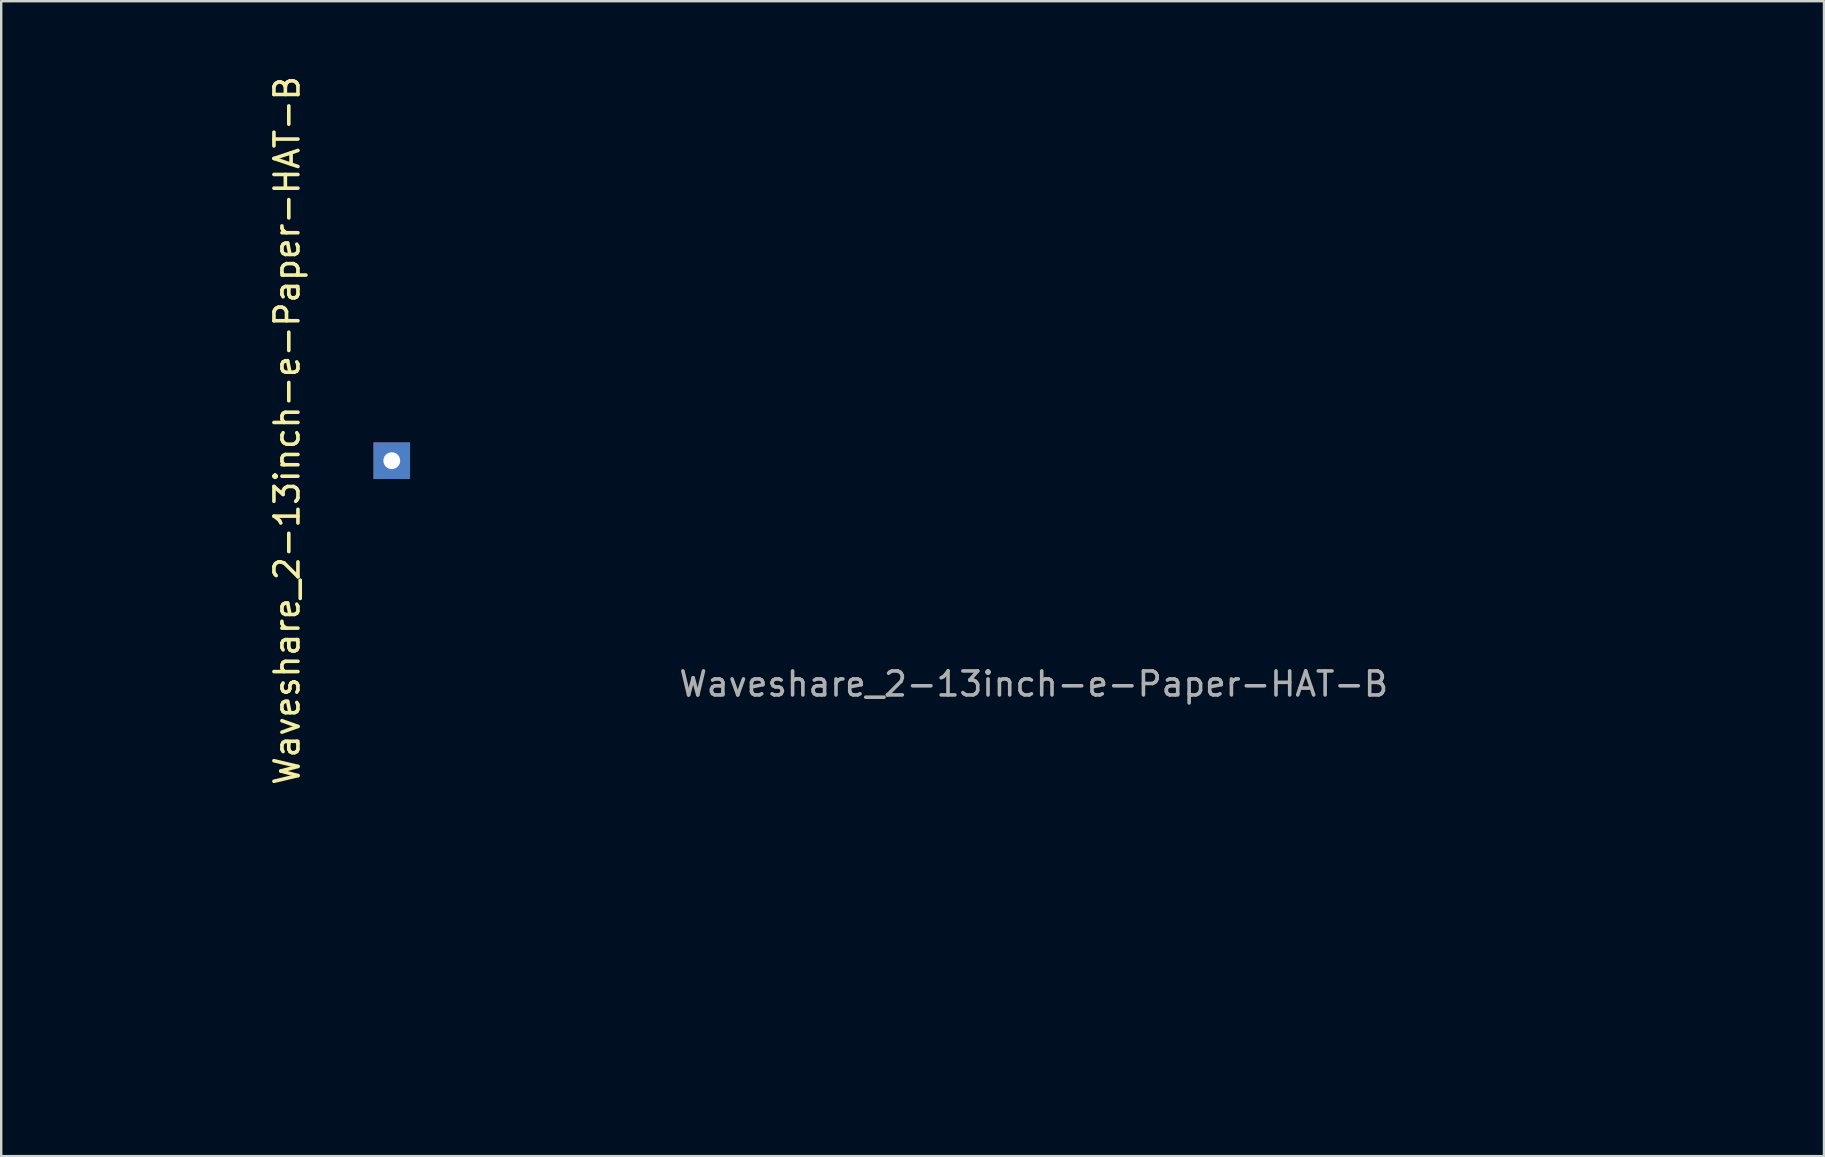
<source format=kicad_pcb>
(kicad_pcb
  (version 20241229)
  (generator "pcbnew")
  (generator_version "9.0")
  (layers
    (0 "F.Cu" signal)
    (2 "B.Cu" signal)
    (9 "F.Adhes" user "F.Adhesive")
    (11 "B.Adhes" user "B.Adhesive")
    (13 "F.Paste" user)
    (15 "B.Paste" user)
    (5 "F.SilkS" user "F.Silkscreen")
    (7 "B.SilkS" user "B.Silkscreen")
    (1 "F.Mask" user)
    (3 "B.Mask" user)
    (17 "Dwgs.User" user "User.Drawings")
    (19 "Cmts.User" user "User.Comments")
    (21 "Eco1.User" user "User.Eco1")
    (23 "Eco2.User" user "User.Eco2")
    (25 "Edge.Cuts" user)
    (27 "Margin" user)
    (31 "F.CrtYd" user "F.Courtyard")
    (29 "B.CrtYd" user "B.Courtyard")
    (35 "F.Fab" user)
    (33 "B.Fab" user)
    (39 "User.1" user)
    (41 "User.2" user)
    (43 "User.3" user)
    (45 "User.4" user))
  (footprint "Waveshare_2-13inch-e-Paper-HAT-B"
    (layer "F.Cu")
    (at 40.025 26.722)
    (property "Reference" "Waveshare_2-13inch-e-Paper-HAT-B" (at -31.115 -11.835 90) (layer "F.SilkS") (effects (font (size 1 1) (thickness 0.15))))
    (attr exclude_from_pos_files exclude_from_bom)
    (fp_line (start -40 -10.57) (end -40 0) (stroke (width 0.05) (type solid)) (layer "Eco2.User"))
    (fp_line (start -40 0) (end -36 0) (stroke (width 0.05) (type solid)) (layer "Eco2.User"))
    (fp_line (start -37.12 -6.155) (end -36.248 -6.155) (stroke (width 0.1) (type solid)) (layer "Eco2.User"))
    (fp_line (start -37.12 6.345) (end -37.12 -6.155) (stroke (width 0.1) (type solid)) (layer "Eco2.User"))
    (fp_line (start -36.608 6.345) (end -37.12 6.345) (stroke (width 0.1) (type solid)) (layer "Eco2.User"))
    (fp_line (start -36.248 -6.155) (end -32.22 -6.155) (stroke (width 0.1) (type solid)) (layer "Eco2.User"))
    (fp_line (start -36.248 9.027) (end -36.608 6.345) (stroke (width 0.1) (type solid)) (layer "Eco2.User"))
    (fp_line (start -36.204 9.355) (end -36.248 9.027) (stroke (width 0.1) (type solid)) (layer "Eco2.User"))
    (fp_line (start -36.204 9.355) (end -32.22 9.355) (stroke (width 0.1) (type solid)) (layer "Eco2.User"))
    (fp_line (start -36 -10.57) (end -40 -10.57) (stroke (width 0.05) (type solid)) (layer "Eco2.User"))
    (fp_line (start -35.12 -13.845) (end -35.12 -6.155) (stroke (width 0.1) (type solid)) (layer "Eco2.User"))
    (fp_line (start -35.12 9.355) (end -35.12 13.855) (stroke (width 0.1) (type solid)) (layer "Eco2.User"))
    (fp_line (start -33.62 15.355) (end 28.38 15.355) (stroke (width 0.1) (type solid)) (layer "Eco2.User"))
    (fp_line (start -32.22 -14.595) (end -32.22 -6.155) (stroke (width 0.1) (type solid)) (layer "Eco2.User"))
    (fp_line (start -32.22 9.355) (end -32.22 -6.155) (stroke (width 0.1) (type solid)) (layer "Eco2.User"))
    (fp_line (start -32.22 9.355) (end -32.22 14.605) (stroke (width 0.1) (type solid)) (layer "Eco2.User"))
    (fp_line (start -32.22 14.605) (end 26.98 14.605) (stroke (width 0.1) (type solid)) (layer "Eco2.User"))
    (fp_line (start -29.72 -13.395) (end 25.78 -13.395) (stroke (width 0.1) (type solid)) (layer "Eco2.User"))
    (fp_line (start -29.72 13.405) (end -29.72 -13.395) (stroke (width 0.1) (type solid)) (layer "Eco2.User"))
    (fp_line (start -29.72 13.405) (end 25.78 13.405) (stroke (width 0.1) (type solid)) (layer "Eco2.User"))
    (fp_line (start -28.82 12.505) (end -28.82 -12.495) (stroke (width 0.1) (type solid)) (layer "Eco2.User"))
    (fp_line (start -28.82 12.505) (end 24.88 12.505) (stroke (width 0.1) (type solid)) (layer "Eco2.User"))
    (fp_line (start -27.1 -13.465) (end -26.4 -13.465) (stroke (width 0.1) (type solid)) (layer "Eco2.User"))
    (fp_line (start -27.1 -12.765) (end -27.1 -13.465) (stroke (width 0.1) (type solid)) (layer "Eco2.User"))
    (fp_line (start -27.1 -10.925) (end -26.4 -10.925) (stroke (width 0.1) (type solid)) (layer "Eco2.User"))
    (fp_line (start -27.1 -10.225) (end -27.1 -10.925) (stroke (width 0.1) (type solid)) (layer "Eco2.User"))
    (fp_line (start -26.75 -18.5) (end 0 -18.5) (stroke (width 0.05) (type solid)) (layer "Eco2.User"))
    (fp_line (start -26.75 -16) (end -26.75 -18.5) (stroke (width 0.05) (type solid)) (layer "Eco2.User"))
    (fp_line (start -26.4 -13.465) (end -26.4 -12.765) (stroke (width 0.1) (type solid)) (layer "Eco2.User"))
    (fp_line (start -26.4 -12.765) (end -27.1 -12.765) (stroke (width 0.1) (type solid)) (layer "Eco2.User"))
    (fp_line (start -26.4 -10.925) (end -26.4 -10.225) (stroke (width 0.1) (type solid)) (layer "Eco2.User"))
    (fp_line (start -26.4 -10.225) (end -27.1 -10.225) (stroke (width 0.1) (type solid)) (layer "Eco2.User"))
    (fp_line (start -24.56 -13.465) (end -23.86 -13.465) (stroke (width 0.1) (type solid)) (layer "Eco2.User"))
    (fp_line (start -24.56 -12.765) (end -24.56 -13.465) (stroke (width 0.1) (type solid)) (layer "Eco2.User"))
    (fp_line (start -24.56 -10.925) (end -23.86 -10.925) (stroke (width 0.1) (type solid)) (layer "Eco2.User"))
    (fp_line (start -24.56 -10.225) (end -24.56 -10.925) (stroke (width 0.1) (type solid)) (layer "Eco2.User"))
    (fp_line (start -24.27 -11.849) (end -24.27 11.861) (stroke (width 0.1) (type solid)) (layer "Eco2.User"))
    (fp_line (start -24.27 11.861) (end 24.28 11.861) (stroke (width 0.1) (type solid)) (layer "Eco2.User"))
    (fp_line (start -23.86 -13.465) (end -23.86 -12.765) (stroke (width 0.1) (type solid)) (layer "Eco2.User"))
    (fp_line (start -23.86 -12.765) (end -24.56 -12.765) (stroke (width 0.1) (type solid)) (layer "Eco2.User"))
    (fp_line (start -23.86 -10.925) (end -23.86 -10.225) (stroke (width 0.1) (type solid)) (layer "Eco2.User"))
    (fp_line (start -23.86 -10.225) (end -24.56 -10.225) (stroke (width 0.1) (type solid)) (layer "Eco2.User"))
    (fp_line (start -22.02 -13.465) (end -21.32 -13.465) (stroke (width 0.1) (type solid)) (layer "Eco2.User"))
    (fp_line (start -22.02 -12.765) (end -22.02 -13.465) (stroke (width 0.1) (type solid)) (layer "Eco2.User"))
    (fp_line (start -22.02 -10.925) (end -21.32 -10.925) (stroke (width 0.1) (type solid)) (layer "Eco2.User"))
    (fp_line (start -22.02 -10.225) (end -22.02 -10.925) (stroke (width 0.1) (type solid)) (layer "Eco2.User"))
    (fp_line (start -21.32 -13.465) (end -21.32 -12.765) (stroke (width 0.1) (type solid)) (layer "Eco2.User"))
    (fp_line (start -21.32 -12.765) (end -22.02 -12.765) (stroke (width 0.1) (type solid)) (layer "Eco2.User"))
    (fp_line (start -21.32 -10.925) (end -21.32 -10.225) (stroke (width 0.1) (type solid)) (layer "Eco2.User"))
    (fp_line (start -21.32 -10.225) (end -22.02 -10.225) (stroke (width 0.1) (type solid)) (layer "Eco2.User"))
    (fp_line (start -19.48 -13.465) (end -18.78 -13.465) (stroke (width 0.1) (type solid)) (layer "Eco2.User"))
    (fp_line (start -19.48 -12.765) (end -19.48 -13.465) (stroke (width 0.1) (type solid)) (layer "Eco2.User"))
    (fp_line (start -19.48 -10.925) (end -18.78 -10.925) (stroke (width 0.1) (type solid)) (layer "Eco2.User"))
    (fp_line (start -19.48 -10.225) (end -19.48 -10.925) (stroke (width 0.1) (type solid)) (layer "Eco2.User"))
    (fp_line (start -18.78 -13.465) (end -18.78 -12.765) (stroke (width 0.1) (type solid)) (layer "Eco2.User"))
    (fp_line (start -18.78 -12.765) (end -19.48 -12.765) (stroke (width 0.1) (type solid)) (layer "Eco2.User"))
    (fp_line (start -18.78 -10.925) (end -18.78 -10.225) (stroke (width 0.1) (type solid)) (layer "Eco2.User"))
    (fp_line (start -18.78 -10.225) (end -19.48 -10.225) (stroke (width 0.1) (type solid)) (layer "Eco2.User"))
    (fp_line (start -16.94 -13.465) (end -16.24 -13.465) (stroke (width 0.1) (type solid)) (layer "Eco2.User"))
    (fp_line (start -16.94 -12.765) (end -16.94 -13.465) (stroke (width 0.1) (type solid)) (layer "Eco2.User"))
    (fp_line (start -16.94 -10.925) (end -16.24 -10.925) (stroke (width 0.1) (type solid)) (layer "Eco2.User"))
    (fp_line (start -16.94 -10.225) (end -16.94 -10.925) (stroke (width 0.1) (type solid)) (layer "Eco2.User"))
    (fp_line (start -16.24 -13.465) (end -16.24 -12.765) (stroke (width 0.1) (type solid)) (layer "Eco2.User"))
    (fp_line (start -16.24 -12.765) (end -16.94 -12.765) (stroke (width 0.1) (type solid)) (layer "Eco2.User"))
    (fp_line (start -16.24 -10.925) (end -16.24 -10.225) (stroke (width 0.1) (type solid)) (layer "Eco2.User"))
    (fp_line (start -16.24 -10.225) (end -16.94 -10.225) (stroke (width 0.1) (type solid)) (layer "Eco2.User"))
    (fp_line (start -14.4 -13.465) (end -13.7 -13.465) (stroke (width 0.1) (type solid)) (layer "Eco2.User"))
    (fp_line (start -14.4 -12.765) (end -14.4 -13.465) (stroke (width 0.1) (type solid)) (layer "Eco2.User"))
    (fp_line (start -14.4 -10.925) (end -13.7 -10.925) (stroke (width 0.1) (type solid)) (layer "Eco2.User"))
    (fp_line (start -14.4 -10.225) (end -14.4 -10.925) (stroke (width 0.1) (type solid)) (layer "Eco2.User"))
    (fp_line (start -13.7 -13.465) (end -13.7 -12.765) (stroke (width 0.1) (type solid)) (layer "Eco2.User"))
    (fp_line (start -13.7 -12.765) (end -14.4 -12.765) (stroke (width 0.1) (type solid)) (layer "Eco2.User"))
    (fp_line (start -13.7 -10.925) (end -13.7 -10.225) (stroke (width 0.1) (type solid)) (layer "Eco2.User"))
    (fp_line (start -13.7 -10.225) (end -14.4 -10.225) (stroke (width 0.1) (type solid)) (layer "Eco2.User"))
    (fp_line (start -11.86 -13.465) (end -11.16 -13.465) (stroke (width 0.1) (type solid)) (layer "Eco2.User"))
    (fp_line (start -11.86 -12.765) (end -11.86 -13.465) (stroke (width 0.1) (type solid)) (layer "Eco2.User"))
    (fp_line (start -11.86 -10.925) (end -11.16 -10.925) (stroke (width 0.1) (type solid)) (layer "Eco2.User"))
    (fp_line (start -11.86 -10.225) (end -11.86 -10.925) (stroke (width 0.1) (type solid)) (layer "Eco2.User"))
    (fp_line (start -11.16 -13.465) (end -11.16 -12.765) (stroke (width 0.1) (type solid)) (layer "Eco2.User"))
    (fp_line (start -11.16 -12.765) (end -11.86 -12.765) (stroke (width 0.1) (type solid)) (layer "Eco2.User"))
    (fp_line (start -11.16 -10.925) (end -11.16 -10.225) (stroke (width 0.1) (type solid)) (layer "Eco2.User"))
    (fp_line (start -11.16 -10.225) (end -11.86 -10.225) (stroke (width 0.1) (type solid)) (layer "Eco2.User"))
    (fp_line (start -9.32 -13.465) (end -8.62 -13.465) (stroke (width 0.1) (type solid)) (layer "Eco2.User"))
    (fp_line (start -9.32 -12.765) (end -9.32 -13.465) (stroke (width 0.1) (type solid)) (layer "Eco2.User"))
    (fp_line (start -9.32 -10.925) (end -8.62 -10.925) (stroke (width 0.1) (type solid)) (layer "Eco2.User"))
    (fp_line (start -9.32 -10.225) (end -9.32 -10.925) (stroke (width 0.1) (type solid)) (layer "Eco2.User"))
    (fp_line (start -8.62 -13.465) (end -8.62 -12.765) (stroke (width 0.1) (type solid)) (layer "Eco2.User"))
    (fp_line (start -8.62 -12.765) (end -9.32 -12.765) (stroke (width 0.1) (type solid)) (layer "Eco2.User"))
    (fp_line (start -8.62 -10.925) (end -8.62 -10.225) (stroke (width 0.1) (type solid)) (layer "Eco2.User"))
    (fp_line (start -8.62 -10.225) (end -9.32 -10.225) (stroke (width 0.1) (type solid)) (layer "Eco2.User"))
    (fp_line (start -6.78 -13.465) (end -6.08 -13.465) (stroke (width 0.1) (type solid)) (layer "Eco2.User"))
    (fp_line (start -6.78 -12.765) (end -6.78 -13.465) (stroke (width 0.1) (type solid)) (layer "Eco2.User"))
    (fp_line (start -6.78 -10.925) (end -6.08 -10.925) (stroke (width 0.1) (type solid)) (layer "Eco2.User"))
    (fp_line (start -6.78 -10.225) (end -6.78 -10.925) (stroke (width 0.1) (type solid)) (layer "Eco2.User"))
    (fp_line (start -6.08 -13.465) (end -6.08 -12.765) (stroke (width 0.1) (type solid)) (layer "Eco2.User"))
    (fp_line (start -6.08 -12.765) (end -6.78 -12.765) (stroke (width 0.1) (type solid)) (layer "Eco2.User"))
    (fp_line (start -6.08 -10.925) (end -6.08 -10.225) (stroke (width 0.1) (type solid)) (layer "Eco2.User"))
    (fp_line (start -6.08 -10.225) (end -6.78 -10.225) (stroke (width 0.1) (type solid)) (layer "Eco2.User"))
    (fp_line (start -4.24 -13.465) (end -3.54 -13.465) (stroke (width 0.1) (type solid)) (layer "Eco2.User"))
    (fp_line (start -4.24 -12.765) (end -4.24 -13.465) (stroke (width 0.1) (type solid)) (layer "Eco2.User"))
    (fp_line (start -4.24 -10.925) (end -3.54 -10.925) (stroke (width 0.1) (type solid)) (layer "Eco2.User"))
    (fp_line (start -4.24 -10.225) (end -4.24 -10.925) (stroke (width 0.1) (type solid)) (layer "Eco2.User"))
    (fp_line (start -3.54 -13.465) (end -3.54 -12.765) (stroke (width 0.1) (type solid)) (layer "Eco2.User"))
    (fp_line (start -3.54 -12.765) (end -4.24 -12.765) (stroke (width 0.1) (type solid)) (layer "Eco2.User"))
    (fp_line (start -3.54 -10.925) (end -3.54 -10.225) (stroke (width 0.1) (type solid)) (layer "Eco2.User"))
    (fp_line (start -3.54 -10.225) (end -4.24 -10.225) (stroke (width 0.1) (type solid)) (layer "Eco2.User"))
    (fp_line (start -1.7 -13.465) (end -1 -13.465) (stroke (width 0.1) (type solid)) (layer "Eco2.User"))
    (fp_line (start -1.7 -12.765) (end -1.7 -13.465) (stroke (width 0.1) (type solid)) (layer "Eco2.User"))
    (fp_line (start -1.7 -10.925) (end -1 -10.925) (stroke (width 0.1) (type solid)) (layer "Eco2.User"))
    (fp_line (start -1.7 -10.225) (end -1.7 -10.925) (stroke (width 0.1) (type solid)) (layer "Eco2.User"))
    (fp_line (start -1 -13.465) (end -1 -12.765) (stroke (width 0.1) (type solid)) (layer "Eco2.User"))
    (fp_line (start -1 -12.765) (end -1.7 -12.765) (stroke (width 0.1) (type solid)) (layer "Eco2.User"))
    (fp_line (start -1 -10.925) (end -1 -10.225) (stroke (width 0.1) (type solid)) (layer "Eco2.User"))
    (fp_line (start -1 -10.225) (end -1.7 -10.225) (stroke (width 0.1) (type solid)) (layer "Eco2.User"))
    (fp_line (start 0 -18.5) (end 0 -16) (stroke (width 0.05) (type solid)) (layer "Eco2.User"))
    (fp_line (start 0 -11.825) (end 0 -2.54) (stroke (width 0.05) (type solid)) (layer "Eco2.User"))
    (fp_line (start 0 11.825) (end 0 2.54) (stroke (width 0.05) (type solid)) (layer "Eco2.User"))
    (fp_line (start 0.84 -13.465) (end 1.54 -13.465) (stroke (width 0.1) (type solid)) (layer "Eco2.User"))
    (fp_line (start 0.84 -12.765) (end 0.84 -13.465) (stroke (width 0.1) (type solid)) (layer "Eco2.User"))
    (fp_line (start 0.84 -10.925) (end 1.54 -10.925) (stroke (width 0.1) (type solid)) (layer "Eco2.User"))
    (fp_line (start 0.84 -10.225) (end 0.84 -10.925) (stroke (width 0.1) (type solid)) (layer "Eco2.User"))
    (fp_line (start 1.54 -13.465) (end 1.54 -12.765) (stroke (width 0.1) (type solid)) (layer "Eco2.User"))
    (fp_line (start 1.54 -12.765) (end 0.84 -12.765) (stroke (width 0.1) (type solid)) (layer "Eco2.User"))
    (fp_line (start 1.54 -10.925) (end 1.54 -10.225) (stroke (width 0.1) (type solid)) (layer "Eco2.User"))
    (fp_line (start 1.54 -10.225) (end 0.84 -10.225) (stroke (width 0.1) (type solid)) (layer "Eco2.User"))
    (fp_line (start 3.38 -13.465) (end 4.08 -13.465) (stroke (width 0.1) (type solid)) (layer "Eco2.User"))
    (fp_line (start 3.38 -12.765) (end 3.38 -13.465) (stroke (width 0.1) (type solid)) (layer "Eco2.User"))
    (fp_line (start 3.38 -10.925) (end 4.08 -10.925) (stroke (width 0.1) (type solid)) (layer "Eco2.User"))
    (fp_line (start 3.38 -10.225) (end 3.38 -10.925) (stroke (width 0.1) (type solid)) (layer "Eco2.User"))
    (fp_line (start 4.08 -13.465) (end 4.08 -12.765) (stroke (width 0.1) (type solid)) (layer "Eco2.User"))
    (fp_line (start 4.08 -12.765) (end 3.38 -12.765) (stroke (width 0.1) (type solid)) (layer "Eco2.User"))
    (fp_line (start 4.08 -10.925) (end 4.08 -10.225) (stroke (width 0.1) (type solid)) (layer "Eco2.User"))
    (fp_line (start 4.08 -10.225) (end 3.38 -10.225) (stroke (width 0.1) (type solid)) (layer "Eco2.User"))
    (fp_line (start 5.92 -13.465) (end 6.62 -13.465) (stroke (width 0.1) (type solid)) (layer "Eco2.User"))
    (fp_line (start 5.92 -12.765) (end 5.92 -13.465) (stroke (width 0.1) (type solid)) (layer "Eco2.User"))
    (fp_line (start 5.92 -10.925) (end 6.62 -10.925) (stroke (width 0.1) (type solid)) (layer "Eco2.User"))
    (fp_line (start 5.92 -10.225) (end 5.92 -10.925) (stroke (width 0.1) (type solid)) (layer "Eco2.User"))
    (fp_line (start 6.62 -13.465) (end 6.62 -12.765) (stroke (width 0.1) (type solid)) (layer "Eco2.User"))
    (fp_line (start 6.62 -12.765) (end 5.92 -12.765) (stroke (width 0.1) (type solid)) (layer "Eco2.User"))
    (fp_line (start 6.62 -10.925) (end 6.62 -10.225) (stroke (width 0.1) (type solid)) (layer "Eco2.User"))
    (fp_line (start 6.62 -10.225) (end 5.92 -10.225) (stroke (width 0.1) (type solid)) (layer "Eco2.User"))
    (fp_line (start 8.46 -13.465) (end 9.16 -13.465) (stroke (width 0.1) (type solid)) (layer "Eco2.User"))
    (fp_line (start 8.46 -12.765) (end 8.46 -13.465) (stroke (width 0.1) (type solid)) (layer "Eco2.User"))
    (fp_line (start 8.46 -10.925) (end 9.16 -10.925) (stroke (width 0.1) (type solid)) (layer "Eco2.User"))
    (fp_line (start 8.46 -10.225) (end 8.46 -10.925) (stroke (width 0.1) (type solid)) (layer "Eco2.User"))
    (fp_line (start 9.16 -13.465) (end 9.16 -12.765) (stroke (width 0.1) (type solid)) (layer "Eco2.User"))
    (fp_line (start 9.16 -12.765) (end 8.46 -12.765) (stroke (width 0.1) (type solid)) (layer "Eco2.User"))
    (fp_line (start 9.16 -10.925) (end 9.16 -10.225) (stroke (width 0.1) (type solid)) (layer "Eco2.User"))
    (fp_line (start 9.16 -10.225) (end 8.46 -10.225) (stroke (width 0.1) (type solid)) (layer "Eco2.User"))
    (fp_line (start 11 -13.465) (end 11.7 -13.465) (stroke (width 0.1) (type solid)) (layer "Eco2.User"))
    (fp_line (start 11 -12.765) (end 11 -13.465) (stroke (width 0.1) (type solid)) (layer "Eco2.User"))
    (fp_line (start 11 -10.925) (end 11.7 -10.925) (stroke (width 0.1) (type solid)) (layer "Eco2.User"))
    (fp_line (start 11 -10.225) (end 11 -10.925) (stroke (width 0.1) (type solid)) (layer "Eco2.User"))
    (fp_line (start 11.7 -13.465) (end 11.7 -12.765) (stroke (width 0.1) (type solid)) (layer "Eco2.User"))
    (fp_line (start 11.7 -12.765) (end 11 -12.765) (stroke (width 0.1) (type solid)) (layer "Eco2.User"))
    (fp_line (start 11.7 -10.925) (end 11.7 -10.225) (stroke (width 0.1) (type solid)) (layer "Eco2.User"))
    (fp_line (start 11.7 -10.225) (end 11 -10.225) (stroke (width 0.1) (type solid)) (layer "Eco2.User"))
    (fp_line (start 13.54 -13.465) (end 14.24 -13.465) (stroke (width 0.1) (type solid)) (layer "Eco2.User"))
    (fp_line (start 13.54 -12.765) (end 13.54 -13.465) (stroke (width 0.1) (type solid)) (layer "Eco2.User"))
    (fp_line (start 13.54 -10.925) (end 14.24 -10.925) (stroke (width 0.1) (type solid)) (layer "Eco2.User"))
    (fp_line (start 13.54 -10.225) (end 13.54 -10.925) (stroke (width 0.1) (type solid)) (layer "Eco2.User"))
    (fp_line (start 14.24 -13.465) (end 14.24 -12.765) (stroke (width 0.1) (type solid)) (layer "Eco2.User"))
    (fp_line (start 14.24 -12.765) (end 13.54 -12.765) (stroke (width 0.1) (type solid)) (layer "Eco2.User"))
    (fp_line (start 14.24 -10.925) (end 14.24 -10.225) (stroke (width 0.1) (type solid)) (layer "Eco2.User"))
    (fp_line (start 14.24 -10.225) (end 13.54 -10.225) (stroke (width 0.1) (type solid)) (layer "Eco2.User"))
    (fp_line (start 16.08 -13.465) (end 16.78 -13.465) (stroke (width 0.1) (type solid)) (layer "Eco2.User"))
    (fp_line (start 16.08 -12.765) (end 16.08 -13.465) (stroke (width 0.1) (type solid)) (layer "Eco2.User"))
    (fp_line (start 16.08 -10.925) (end 16.78 -10.925) (stroke (width 0.1) (type solid)) (layer "Eco2.User"))
    (fp_line (start 16.08 -10.225) (end 16.08 -10.925) (stroke (width 0.1) (type solid)) (layer "Eco2.User"))
    (fp_line (start 16.78 -13.465) (end 16.78 -12.765) (stroke (width 0.1) (type solid)) (layer "Eco2.User"))
    (fp_line (start 16.78 -12.765) (end 16.08 -12.765) (stroke (width 0.1) (type solid)) (layer "Eco2.User"))
    (fp_line (start 16.78 -10.925) (end 16.78 -10.225) (stroke (width 0.1) (type solid)) (layer "Eco2.User"))
    (fp_line (start 16.78 -10.225) (end 16.08 -10.225) (stroke (width 0.1) (type solid)) (layer "Eco2.User"))
    (fp_line (start 18.62 -13.465) (end 19.32 -13.465) (stroke (width 0.1) (type solid)) (layer "Eco2.User"))
    (fp_line (start 18.62 -12.765) (end 18.62 -13.465) (stroke (width 0.1) (type solid)) (layer "Eco2.User"))
    (fp_line (start 18.62 -10.925) (end 19.32 -10.925) (stroke (width 0.1) (type solid)) (layer "Eco2.User"))
    (fp_line (start 18.62 -10.225) (end 18.62 -10.925) (stroke (width 0.1) (type solid)) (layer "Eco2.User"))
    (fp_line (start 19.32 -13.465) (end 19.32 -12.765) (stroke (width 0.1) (type solid)) (layer "Eco2.User"))
    (fp_line (start 19.32 -12.765) (end 18.62 -12.765) (stroke (width 0.1) (type solid)) (layer "Eco2.User"))
    (fp_line (start 19.32 -10.925) (end 19.32 -10.225) (stroke (width 0.1) (type solid)) (layer "Eco2.User"))
    (fp_line (start 19.32 -10.225) (end 18.62 -10.225) (stroke (width 0.1) (type solid)) (layer "Eco2.User"))
    (fp_line (start 21.16 -13.465) (end 21.86 -13.465) (stroke (width 0.1) (type solid)) (layer "Eco2.User"))
    (fp_line (start 21.16 -12.765) (end 21.16 -13.465) (stroke (width 0.1) (type solid)) (layer "Eco2.User"))
    (fp_line (start 21.16 -10.925) (end 21.86 -10.925) (stroke (width 0.1) (type solid)) (layer "Eco2.User"))
    (fp_line (start 21.16 -10.225) (end 21.16 -10.925) (stroke (width 0.1) (type solid)) (layer "Eco2.User"))
    (fp_line (start 21.86 -13.465) (end 21.86 -12.765) (stroke (width 0.1) (type solid)) (layer "Eco2.User"))
    (fp_line (start 21.86 -12.765) (end 21.16 -12.765) (stroke (width 0.1) (type solid)) (layer "Eco2.User"))
    (fp_line (start 21.86 -10.925) (end 21.86 -10.225) (stroke (width 0.1) (type solid)) (layer "Eco2.User"))
    (fp_line (start 21.86 -10.225) (end 21.16 -10.225) (stroke (width 0.1) (type solid)) (layer "Eco2.User"))
    (fp_line (start 24.275 0) (end -24.25 0) (stroke (width 0.05) (type solid)) (layer "Eco2.User"))
    (fp_line (start 24.28 -11.849) (end -24.27 -11.849) (stroke (width 0.1) (type solid)) (layer "Eco2.User"))
    (fp_line (start 24.28 11.861) (end 24.28 -11.849) (stroke (width 0.1) (type solid)) (layer "Eco2.User"))
    (fp_line (start 24.88 -12.495) (end -28.82 -12.495) (stroke (width 0.1) (type solid)) (layer "Eco2.User"))
    (fp_line (start 24.88 12.505) (end 24.88 -12.495) (stroke (width 0.1) (type solid)) (layer "Eco2.User"))
    (fp_line (start 25.78 13.405) (end 25.78 -13.395) (stroke (width 0.1) (type solid)) (layer "Eco2.User"))
    (fp_line (start 26.98 -14.595) (end -32.22 -14.595) (stroke (width 0.1) (type solid)) (layer "Eco2.User"))
    (fp_line (start 26.98 14.605) (end 26.98 -14.595) (stroke (width 0.1) (type solid)) (layer "Eco2.User"))
    (fp_line (start 28.38 -15.345) (end -33.62 -15.345) (stroke (width 0.1) (type solid)) (layer "Eco2.User"))
    (fp_line (start 29.88 13.855) (end 29.88 -13.845) (stroke (width 0.1) (type solid)) (layer "Eco2.User"))
    (fp_arc (start -35.12 -13.845) (mid -34.68066 -14.90566) (end -33.62 -15.345) (stroke (width 0.1) (type solid)) (layer "Eco2.User"))
    (fp_arc (start -33.62 15.355) (mid -34.68066 14.91566) (end -35.12 13.855) (stroke (width 0.1) (type solid)) (layer "Eco2.User"))
    (fp_arc (start 28.38 -15.345) (mid 29.44066 -14.90566) (end 29.88 -13.845) (stroke (width 0.1) (type solid)) (layer "Eco2.User"))
    (fp_arc (start 29.88 13.855) (mid 29.44066 14.91566) (end 28.38 15.355) (stroke (width 0.1) (type solid)) (layer "Eco2.User"))
    (fp_text user "10,575mm" (at -38.735 -5.08 90) (layer "Eco2.User") (effects (font (size 1 1) (thickness 0.15))))
    (fp_text user "26,75mm" (at -12.7 -17.145 0) (layer "Eco2.User") (effects (font (size 1 1) (thickness 0.15))))
    (fp_text user "${REFERENCE}" (at 0 -1.27 0) (layer "F.Fab") (effects (font (size 1 1) (thickness 0.15))))
    (pad "1" thru_hole rect (at -26.75 -10.575) (size 1.524 1.524) (drill 0.7) (layers "*.Cu" "*.Mask")))
  (gr_rect
    (start -3 -3)
    (end 72.955 45.127)
    (stroke (width 0.1) (type default))
    (fill no)
    (layer "Edge.Cuts")))
</source>
